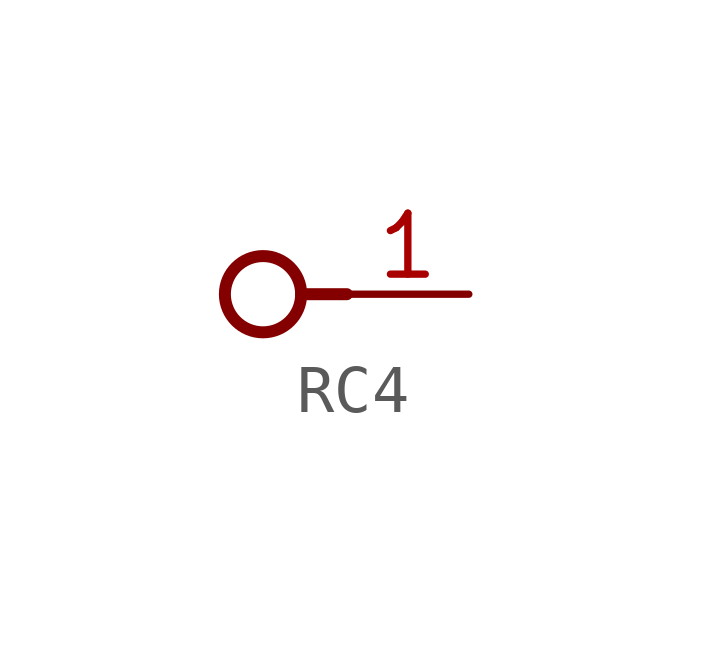
<source format=kicad_sym>
(kicad_symbol_lib
  (version 20231120)
  (generator "kicad_symbol_editor")
  (generator_version "8.0")
  (symbol "RC4"
    (power)
    (property "Reference" "#NetPort"
      (at 0 0 0)
      (effects (font (size 1.27 1.27)) (hide yes)))
    (property "ki_locked" ""
      (at 0 0 0)
      (effects (font (size 1.27 1.27))))
    (symbol "RC4_1_0"
      (circle (center -0.476 0) (radius 0.794) (stroke (width 0.25) (type solid)) (fill (type none)))
      (polyline (pts (xy 1.27 0) (xy 0.317 0)) (stroke (width 0.25) (type solid)) (fill (type none)))
      (pin power_in line (at 3.81 0 180) (length 2.54) (name "1" (effects (font (size 0 0)))) (number "1" (effects (font (size 1.27 1.27))))))))
</source>
